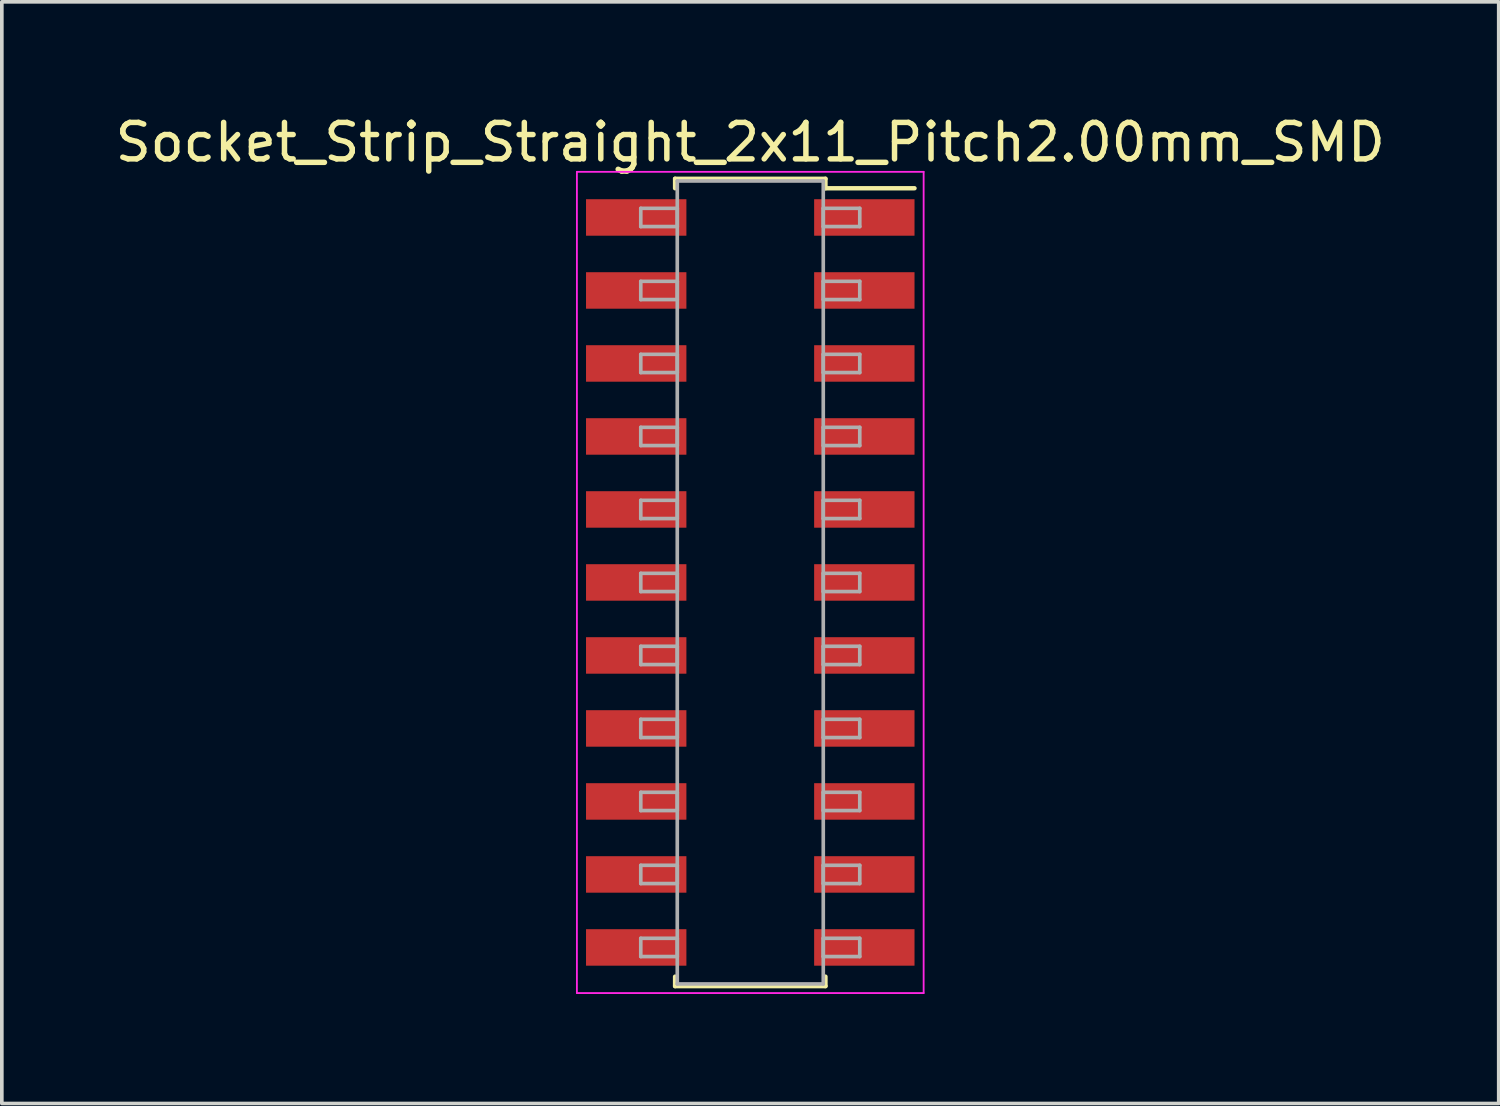
<source format=kicad_pcb>
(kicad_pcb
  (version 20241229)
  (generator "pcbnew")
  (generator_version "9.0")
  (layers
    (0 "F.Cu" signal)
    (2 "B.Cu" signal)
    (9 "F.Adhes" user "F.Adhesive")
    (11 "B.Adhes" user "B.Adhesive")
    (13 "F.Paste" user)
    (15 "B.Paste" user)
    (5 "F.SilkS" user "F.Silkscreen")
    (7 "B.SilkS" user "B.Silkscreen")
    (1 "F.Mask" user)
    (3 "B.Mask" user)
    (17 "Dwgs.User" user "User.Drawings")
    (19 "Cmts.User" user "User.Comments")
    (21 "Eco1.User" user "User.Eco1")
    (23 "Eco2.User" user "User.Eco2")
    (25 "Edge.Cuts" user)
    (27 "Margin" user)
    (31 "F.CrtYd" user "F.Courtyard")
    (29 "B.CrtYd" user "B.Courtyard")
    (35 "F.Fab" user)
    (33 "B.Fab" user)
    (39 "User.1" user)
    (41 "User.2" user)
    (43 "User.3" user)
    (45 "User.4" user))
  (footprint "Socket_Strip_Straight_2x11_Pitch2.00mm_SMD"
    (layer "F.Cu")
    (at 17.506 12.908)
    (property "Reference" "Socket_Strip_Straight_2x11_Pitch2.00mm_SMD" (at 0 -12.06 0) (layer "F.SilkS") (effects (font (size 1 1) (thickness 0.15))))
    (attr smd)
    (fp_line (start -2.06 -11.06) (end 2.06 -11.06) (stroke (width 0.12) (type solid)) (layer "F.SilkS"))
    (fp_line (start -2.06 -10.8) (end -2.06 -11.06) (stroke (width 0.12) (type solid)) (layer "F.SilkS"))
    (fp_line (start -2.06 10.8) (end -2.06 11.06) (stroke (width 0.12) (type solid)) (layer "F.SilkS"))
    (fp_line (start -2.06 11.06) (end 2.06 11.06) (stroke (width 0.12) (type solid)) (layer "F.SilkS"))
    (fp_line (start 2.06 -11.06) (end 2.06 -10.8) (stroke (width 0.12) (type solid)) (layer "F.SilkS"))
    (fp_line (start 2.06 11.06) (end 2.06 10.8) (stroke (width 0.12) (type solid)) (layer "F.SilkS"))
    (fp_line (start 4.5 -10.8) (end 2.06 -10.8) (stroke (width 0.12) (type solid)) (layer "F.SilkS"))
    (fp_line (start -4.75 -11.25) (end -4.75 11.25) (stroke (width 0.05) (type solid)) (layer "F.CrtYd"))
    (fp_line (start -4.75 11.25) (end 4.75 11.25) (stroke (width 0.05) (type solid)) (layer "F.CrtYd"))
    (fp_line (start 4.75 -11.25) (end -4.75 -11.25) (stroke (width 0.05) (type solid)) (layer "F.CrtYd"))
    (fp_line (start 4.75 11.25) (end 4.75 -11.25) (stroke (width 0.05) (type solid)) (layer "F.CrtYd"))
    (fp_line (start -3 -10.25) (end -2 -10.25) (stroke (width 0.1) (type solid)) (layer "F.Fab"))
    (fp_line (start -3 -9.75) (end -3 -10.25) (stroke (width 0.1) (type solid)) (layer "F.Fab"))
    (fp_line (start -3 -8.25) (end -2 -8.25) (stroke (width 0.1) (type solid)) (layer "F.Fab"))
    (fp_line (start -3 -7.75) (end -3 -8.25) (stroke (width 0.1) (type solid)) (layer "F.Fab"))
    (fp_line (start -3 -6.25) (end -2 -6.25) (stroke (width 0.1) (type solid)) (layer "F.Fab"))
    (fp_line (start -3 -5.75) (end -3 -6.25) (stroke (width 0.1) (type solid)) (layer "F.Fab"))
    (fp_line (start -3 -4.25) (end -2 -4.25) (stroke (width 0.1) (type solid)) (layer "F.Fab"))
    (fp_line (start -3 -3.75) (end -3 -4.25) (stroke (width 0.1) (type solid)) (layer "F.Fab"))
    (fp_line (start -3 -2.25) (end -2 -2.25) (stroke (width 0.1) (type solid)) (layer "F.Fab"))
    (fp_line (start -3 -1.75) (end -3 -2.25) (stroke (width 0.1) (type solid)) (layer "F.Fab"))
    (fp_line (start -3 -0.25) (end -2 -0.25) (stroke (width 0.1) (type solid)) (layer "F.Fab"))
    (fp_line (start -3 0.25) (end -3 -0.25) (stroke (width 0.1) (type solid)) (layer "F.Fab"))
    (fp_line (start -3 1.75) (end -2 1.75) (stroke (width 0.1) (type solid)) (layer "F.Fab"))
    (fp_line (start -3 2.25) (end -3 1.75) (stroke (width 0.1) (type solid)) (layer "F.Fab"))
    (fp_line (start -3 3.75) (end -2 3.75) (stroke (width 0.1) (type solid)) (layer "F.Fab"))
    (fp_line (start -3 4.25) (end -3 3.75) (stroke (width 0.1) (type solid)) (layer "F.Fab"))
    (fp_line (start -3 5.75) (end -2 5.75) (stroke (width 0.1) (type solid)) (layer "F.Fab"))
    (fp_line (start -3 6.25) (end -3 5.75) (stroke (width 0.1) (type solid)) (layer "F.Fab"))
    (fp_line (start -3 7.75) (end -2 7.75) (stroke (width 0.1) (type solid)) (layer "F.Fab"))
    (fp_line (start -3 8.25) (end -3 7.75) (stroke (width 0.1) (type solid)) (layer "F.Fab"))
    (fp_line (start -3 9.75) (end -2 9.75) (stroke (width 0.1) (type solid)) (layer "F.Fab"))
    (fp_line (start -3 10.25) (end -3 9.75) (stroke (width 0.1) (type solid)) (layer "F.Fab"))
    (fp_line (start -2 -11) (end -2 11) (stroke (width 0.1) (type solid)) (layer "F.Fab"))
    (fp_line (start -2 -10.25) (end -2 -9.75) (stroke (width 0.1) (type solid)) (layer "F.Fab"))
    (fp_line (start -2 -9.75) (end -3 -9.75) (stroke (width 0.1) (type solid)) (layer "F.Fab"))
    (fp_line (start -2 -8.25) (end -2 -7.75) (stroke (width 0.1) (type solid)) (layer "F.Fab"))
    (fp_line (start -2 -7.75) (end -3 -7.75) (stroke (width 0.1) (type solid)) (layer "F.Fab"))
    (fp_line (start -2 -6.25) (end -2 -5.75) (stroke (width 0.1) (type solid)) (layer "F.Fab"))
    (fp_line (start -2 -5.75) (end -3 -5.75) (stroke (width 0.1) (type solid)) (layer "F.Fab"))
    (fp_line (start -2 -4.25) (end -2 -3.75) (stroke (width 0.1) (type solid)) (layer "F.Fab"))
    (fp_line (start -2 -3.75) (end -3 -3.75) (stroke (width 0.1) (type solid)) (layer "F.Fab"))
    (fp_line (start -2 -2.25) (end -2 -1.75) (stroke (width 0.1) (type solid)) (layer "F.Fab"))
    (fp_line (start -2 -1.75) (end -3 -1.75) (stroke (width 0.1) (type solid)) (layer "F.Fab"))
    (fp_line (start -2 -0.25) (end -2 0.25) (stroke (width 0.1) (type solid)) (layer "F.Fab"))
    (fp_line (start -2 0.25) (end -3 0.25) (stroke (width 0.1) (type solid)) (layer "F.Fab"))
    (fp_line (start -2 1.75) (end -2 2.25) (stroke (width 0.1) (type solid)) (layer "F.Fab"))
    (fp_line (start -2 2.25) (end -3 2.25) (stroke (width 0.1) (type solid)) (layer "F.Fab"))
    (fp_line (start -2 3.75) (end -2 4.25) (stroke (width 0.1) (type solid)) (layer "F.Fab"))
    (fp_line (start -2 4.25) (end -3 4.25) (stroke (width 0.1) (type solid)) (layer "F.Fab"))
    (fp_line (start -2 5.75) (end -2 6.25) (stroke (width 0.1) (type solid)) (layer "F.Fab"))
    (fp_line (start -2 6.25) (end -3 6.25) (stroke (width 0.1) (type solid)) (layer "F.Fab"))
    (fp_line (start -2 7.75) (end -2 8.25) (stroke (width 0.1) (type solid)) (layer "F.Fab"))
    (fp_line (start -2 8.25) (end -3 8.25) (stroke (width 0.1) (type solid)) (layer "F.Fab"))
    (fp_line (start -2 9.75) (end -2 10.25) (stroke (width 0.1) (type solid)) (layer "F.Fab"))
    (fp_line (start -2 10.25) (end -3 10.25) (stroke (width 0.1) (type solid)) (layer "F.Fab"))
    (fp_line (start -2 11) (end 2 11) (stroke (width 0.1) (type solid)) (layer "F.Fab"))
    (fp_line (start 2 -11) (end -2 -11) (stroke (width 0.1) (type solid)) (layer "F.Fab"))
    (fp_line (start 2 -10.25) (end 2 -9.75) (stroke (width 0.1) (type solid)) (layer "F.Fab"))
    (fp_line (start 2 -9.75) (end 3 -9.75) (stroke (width 0.1) (type solid)) (layer "F.Fab"))
    (fp_line (start 2 -8.25) (end 2 -7.75) (stroke (width 0.1) (type solid)) (layer "F.Fab"))
    (fp_line (start 2 -7.75) (end 3 -7.75) (stroke (width 0.1) (type solid)) (layer "F.Fab"))
    (fp_line (start 2 -6.25) (end 2 -5.75) (stroke (width 0.1) (type solid)) (layer "F.Fab"))
    (fp_line (start 2 -5.75) (end 3 -5.75) (stroke (width 0.1) (type solid)) (layer "F.Fab"))
    (fp_line (start 2 -4.25) (end 2 -3.75) (stroke (width 0.1) (type solid)) (layer "F.Fab"))
    (fp_line (start 2 -3.75) (end 3 -3.75) (stroke (width 0.1) (type solid)) (layer "F.Fab"))
    (fp_line (start 2 -2.25) (end 2 -1.75) (stroke (width 0.1) (type solid)) (layer "F.Fab"))
    (fp_line (start 2 -1.75) (end 3 -1.75) (stroke (width 0.1) (type solid)) (layer "F.Fab"))
    (fp_line (start 2 -0.25) (end 2 0.25) (stroke (width 0.1) (type solid)) (layer "F.Fab"))
    (fp_line (start 2 0.25) (end 3 0.25) (stroke (width 0.1) (type solid)) (layer "F.Fab"))
    (fp_line (start 2 1.75) (end 2 2.25) (stroke (width 0.1) (type solid)) (layer "F.Fab"))
    (fp_line (start 2 2.25) (end 3 2.25) (stroke (width 0.1) (type solid)) (layer "F.Fab"))
    (fp_line (start 2 3.75) (end 2 4.25) (stroke (width 0.1) (type solid)) (layer "F.Fab"))
    (fp_line (start 2 4.25) (end 3 4.25) (stroke (width 0.1) (type solid)) (layer "F.Fab"))
    (fp_line (start 2 5.75) (end 2 6.25) (stroke (width 0.1) (type solid)) (layer "F.Fab"))
    (fp_line (start 2 6.25) (end 3 6.25) (stroke (width 0.1) (type solid)) (layer "F.Fab"))
    (fp_line (start 2 7.75) (end 2 8.25) (stroke (width 0.1) (type solid)) (layer "F.Fab"))
    (fp_line (start 2 8.25) (end 3 8.25) (stroke (width 0.1) (type solid)) (layer "F.Fab"))
    (fp_line (start 2 9.75) (end 2 10.25) (stroke (width 0.1) (type solid)) (layer "F.Fab"))
    (fp_line (start 2 10.25) (end 3 10.25) (stroke (width 0.1) (type solid)) (layer "F.Fab"))
    (fp_line (start 2 11) (end 2 -11) (stroke (width 0.1) (type solid)) (layer "F.Fab"))
    (fp_line (start 3 -10.25) (end 2 -10.25) (stroke (width 0.1) (type solid)) (layer "F.Fab"))
    (fp_line (start 3 -9.75) (end 3 -10.25) (stroke (width 0.1) (type solid)) (layer "F.Fab"))
    (fp_line (start 3 -8.25) (end 2 -8.25) (stroke (width 0.1) (type solid)) (layer "F.Fab"))
    (fp_line (start 3 -7.75) (end 3 -8.25) (stroke (width 0.1) (type solid)) (layer "F.Fab"))
    (fp_line (start 3 -6.25) (end 2 -6.25) (stroke (width 0.1) (type solid)) (layer "F.Fab"))
    (fp_line (start 3 -5.75) (end 3 -6.25) (stroke (width 0.1) (type solid)) (layer "F.Fab"))
    (fp_line (start 3 -4.25) (end 2 -4.25) (stroke (width 0.1) (type solid)) (layer "F.Fab"))
    (fp_line (start 3 -3.75) (end 3 -4.25) (stroke (width 0.1) (type solid)) (layer "F.Fab"))
    (fp_line (start 3 -2.25) (end 2 -2.25) (stroke (width 0.1) (type solid)) (layer "F.Fab"))
    (fp_line (start 3 -1.75) (end 3 -2.25) (stroke (width 0.1) (type solid)) (layer "F.Fab"))
    (fp_line (start 3 -0.25) (end 2 -0.25) (stroke (width 0.1) (type solid)) (layer "F.Fab"))
    (fp_line (start 3 0.25) (end 3 -0.25) (stroke (width 0.1) (type solid)) (layer "F.Fab"))
    (fp_line (start 3 1.75) (end 2 1.75) (stroke (width 0.1) (type solid)) (layer "F.Fab"))
    (fp_line (start 3 2.25) (end 3 1.75) (stroke (width 0.1) (type solid)) (layer "F.Fab"))
    (fp_line (start 3 3.75) (end 2 3.75) (stroke (width 0.1) (type solid)) (layer "F.Fab"))
    (fp_line (start 3 4.25) (end 3 3.75) (stroke (width 0.1) (type solid)) (layer "F.Fab"))
    (fp_line (start 3 5.75) (end 2 5.75) (stroke (width 0.1) (type solid)) (layer "F.Fab"))
    (fp_line (start 3 6.25) (end 3 5.75) (stroke (width 0.1) (type solid)) (layer "F.Fab"))
    (fp_line (start 3 7.75) (end 2 7.75) (stroke (width 0.1) (type solid)) (layer "F.Fab"))
    (fp_line (start 3 8.25) (end 3 7.75) (stroke (width 0.1) (type solid)) (layer "F.Fab"))
    (fp_line (start 3 9.75) (end 2 9.75) (stroke (width 0.1) (type solid)) (layer "F.Fab"))
    (fp_line (start 3 10.25) (end 3 9.75) (stroke (width 0.1) (type solid)) (layer "F.Fab"))
    (pad "1" smd rect (at 3.125 -10) (size 2.75 1) (layers "F.Cu" "F.Mask"))
    (pad "2" smd rect (at -3.125 -10) (size 2.75 1) (layers "F.Cu" "F.Mask"))
    (pad "3" smd rect (at 3.125 -8) (size 2.75 1) (layers "F.Cu" "F.Mask"))
    (pad "4" smd rect (at -3.125 -8) (size 2.75 1) (layers "F.Cu" "F.Mask"))
    (pad "5" smd rect (at 3.125 -6) (size 2.75 1) (layers "F.Cu" "F.Mask"))
    (pad "6" smd rect (at -3.125 -6) (size 2.75 1) (layers "F.Cu" "F.Mask"))
    (pad "7" smd rect (at 3.125 -4) (size 2.75 1) (layers "F.Cu" "F.Mask"))
    (pad "8" smd rect (at -3.125 -4) (size 2.75 1) (layers "F.Cu" "F.Mask"))
    (pad "9" smd rect (at 3.125 -2) (size 2.75 1) (layers "F.Cu" "F.Mask"))
    (pad "10" smd rect (at -3.125 -2) (size 2.75 1) (layers "F.Cu" "F.Mask"))
    (pad "11" smd rect (at 3.125 0) (size 2.75 1) (layers "F.Cu" "F.Mask"))
    (pad "12" smd rect (at -3.125 0) (size 2.75 1) (layers "F.Cu" "F.Mask"))
    (pad "13" smd rect (at 3.125 2) (size 2.75 1) (layers "F.Cu" "F.Mask"))
    (pad "14" smd rect (at -3.125 2) (size 2.75 1) (layers "F.Cu" "F.Mask"))
    (pad "15" smd rect (at 3.125 4) (size 2.75 1) (layers "F.Cu" "F.Mask"))
    (pad "16" smd rect (at -3.125 4) (size 2.75 1) (layers "F.Cu" "F.Mask"))
    (pad "17" smd rect (at 3.125 6) (size 2.75 1) (layers "F.Cu" "F.Mask"))
    (pad "18" smd rect (at -3.125 6) (size 2.75 1) (layers "F.Cu" "F.Mask"))
    (pad "19" smd rect (at 3.125 8) (size 2.75 1) (layers "F.Cu" "F.Mask"))
    (pad "20" smd rect (at -3.125 8) (size 2.75 1) (layers "F.Cu" "F.Mask"))
    (pad "21" smd rect (at 3.125 10) (size 2.75 1) (layers "F.Cu" "F.Mask"))
    (pad "22" smd rect (at -3.125 10) (size 2.75 1) (layers "F.Cu" "F.Mask")))
  (gr_rect
    (start -3 -3)
    (end 38.012 27.183)
    (stroke (width 0.1) (type default))
    (fill no)
    (layer "Edge.Cuts")))
</source>
